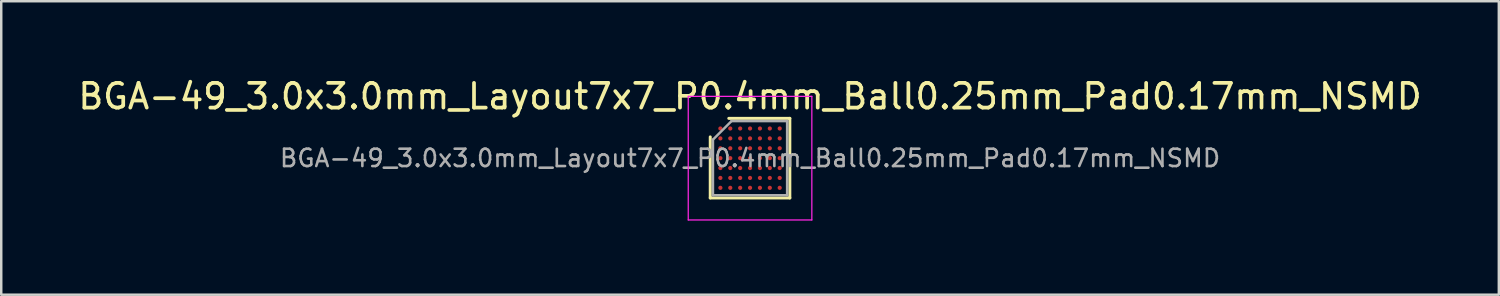
<source format=kicad_pcb>
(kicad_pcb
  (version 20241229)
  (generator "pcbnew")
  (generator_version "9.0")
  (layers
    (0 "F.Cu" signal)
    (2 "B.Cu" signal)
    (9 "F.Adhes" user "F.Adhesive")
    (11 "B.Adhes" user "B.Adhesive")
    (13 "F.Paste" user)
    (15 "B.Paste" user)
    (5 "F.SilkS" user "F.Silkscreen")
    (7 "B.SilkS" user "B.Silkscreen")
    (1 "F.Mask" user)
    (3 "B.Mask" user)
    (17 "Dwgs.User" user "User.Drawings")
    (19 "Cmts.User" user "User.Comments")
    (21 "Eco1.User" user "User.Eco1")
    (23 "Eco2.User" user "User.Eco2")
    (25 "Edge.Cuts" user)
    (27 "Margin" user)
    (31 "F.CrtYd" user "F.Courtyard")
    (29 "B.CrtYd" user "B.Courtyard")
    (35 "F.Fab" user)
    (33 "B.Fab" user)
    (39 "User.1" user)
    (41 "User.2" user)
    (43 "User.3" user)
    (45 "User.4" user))
  (footprint "BGA-49_3.0x3.0mm_Layout7x7_P0.4mm_Ball0.25mm_Pad0.17mm_NSMD"
    (layer "F.Cu")
    (at 27.292 3.348)
    (property "Reference" "BGA-49_3.0x3.0mm_Layout7x7_P0.4mm_Ball0.25mm_Pad0.17mm_NSMD" (at 0 -2.5 0) (layer "F.SilkS") (effects (font (size 1 1) (thickness 0.15))))
    (attr smd)
    (fp_line (start -1.61 1.61) (end -1.61 -0.86) (stroke (width 0.12) (type solid)) (layer "F.SilkS"))
    (fp_line (start -0.86 -1.61) (end 1.61 -1.61) (stroke (width 0.12) (type solid)) (layer "F.SilkS"))
    (fp_line (start 1.61 -1.61) (end 1.61 1.61) (stroke (width 0.12) (type solid)) (layer "F.SilkS"))
    (fp_line (start 1.61 1.61) (end -1.61 1.61) (stroke (width 0.12) (type solid)) (layer "F.SilkS"))
    (fp_line (start -2.5 -2.5) (end -2.5 2.5) (stroke (width 0.05) (type solid)) (layer "F.CrtYd"))
    (fp_line (start -2.5 2.5) (end 2.5 2.5) (stroke (width 0.05) (type solid)) (layer "F.CrtYd"))
    (fp_line (start 2.5 -2.5) (end -2.5 -2.5) (stroke (width 0.05) (type solid)) (layer "F.CrtYd"))
    (fp_line (start 2.5 2.5) (end 2.5 -2.5) (stroke (width 0.05) (type solid)) (layer "F.CrtYd"))
    (fp_line (start -1.5 -0.75) (end -0.75 -1.5) (stroke (width 0.1) (type solid)) (layer "F.Fab"))
    (fp_line (start -1.5 1.5) (end -1.5 -0.75) (stroke (width 0.1) (type solid)) (layer "F.Fab"))
    (fp_line (start -0.75 -1.5) (end 1.5 -1.5) (stroke (width 0.1) (type solid)) (layer "F.Fab"))
    (fp_line (start 1.5 -1.5) (end 1.5 1.5) (stroke (width 0.1) (type solid)) (layer "F.Fab"))
    (fp_line (start 1.5 1.5) (end -1.5 1.5) (stroke (width 0.1) (type solid)) (layer "F.Fab"))
    (fp_text user "${REFERENCE}" (at 0 0 0) (layer "F.Fab") (effects (font (size 0.7 0.7) (thickness 0.105))))
    (pad "A1" smd circle (at -1.2 -1.2) (size 0.17 0.17) (layers "F.Cu" "F.Mask" "F.Paste"))
    (pad "A2" smd circle (at -0.8 -1.2) (size 0.17 0.17) (layers "F.Cu" "F.Mask" "F.Paste"))
    (pad "A3" smd circle (at -0.4 -1.2) (size 0.17 0.17) (layers "F.Cu" "F.Mask" "F.Paste"))
    (pad "A4" smd circle (at 0 -1.2) (size 0.17 0.17) (layers "F.Cu" "F.Mask" "F.Paste"))
    (pad "A5" smd circle (at 0.4 -1.2) (size 0.17 0.17) (layers "F.Cu" "F.Mask" "F.Paste"))
    (pad "A6" smd circle (at 0.8 -1.2) (size 0.17 0.17) (layers "F.Cu" "F.Mask" "F.Paste"))
    (pad "A7" smd circle (at 1.2 -1.2) (size 0.17 0.17) (layers "F.Cu" "F.Mask" "F.Paste"))
    (pad "B1" smd circle (at -1.2 -0.8) (size 0.17 0.17) (layers "F.Cu" "F.Mask" "F.Paste"))
    (pad "B2" smd circle (at -0.8 -0.8) (size 0.17 0.17) (layers "F.Cu" "F.Mask" "F.Paste"))
    (pad "B3" smd circle (at -0.4 -0.8) (size 0.17 0.17) (layers "F.Cu" "F.Mask" "F.Paste"))
    (pad "B4" smd circle (at 0 -0.8) (size 0.17 0.17) (layers "F.Cu" "F.Mask" "F.Paste"))
    (pad "B5" smd circle (at 0.4 -0.8) (size 0.17 0.17) (layers "F.Cu" "F.Mask" "F.Paste"))
    (pad "B6" smd circle (at 0.8 -0.8) (size 0.17 0.17) (layers "F.Cu" "F.Mask" "F.Paste"))
    (pad "B7" smd circle (at 1.2 -0.8) (size 0.17 0.17) (layers "F.Cu" "F.Mask" "F.Paste"))
    (pad "C1" smd circle (at -1.2 -0.4) (size 0.17 0.17) (layers "F.Cu" "F.Mask" "F.Paste"))
    (pad "C2" smd circle (at -0.8 -0.4) (size 0.17 0.17) (layers "F.Cu" "F.Mask" "F.Paste"))
    (pad "C3" smd circle (at -0.4 -0.4) (size 0.17 0.17) (layers "F.Cu" "F.Mask" "F.Paste"))
    (pad "C4" smd circle (at 0 -0.4) (size 0.17 0.17) (layers "F.Cu" "F.Mask" "F.Paste"))
    (pad "C5" smd circle (at 0.4 -0.4) (size 0.17 0.17) (layers "F.Cu" "F.Mask" "F.Paste"))
    (pad "C6" smd circle (at 0.8 -0.4) (size 0.17 0.17) (layers "F.Cu" "F.Mask" "F.Paste"))
    (pad "C7" smd circle (at 1.2 -0.4) (size 0.17 0.17) (layers "F.Cu" "F.Mask" "F.Paste"))
    (pad "D1" smd circle (at -1.2 0) (size 0.17 0.17) (layers "F.Cu" "F.Mask" "F.Paste"))
    (pad "D2" smd circle (at -0.8 0) (size 0.17 0.17) (layers "F.Cu" "F.Mask" "F.Paste"))
    (pad "D3" smd circle (at -0.4 0) (size 0.17 0.17) (layers "F.Cu" "F.Mask" "F.Paste"))
    (pad "D4" smd circle (at 0 0) (size 0.17 0.17) (layers "F.Cu" "F.Mask" "F.Paste"))
    (pad "D5" smd circle (at 0.4 0) (size 0.17 0.17) (layers "F.Cu" "F.Mask" "F.Paste"))
    (pad "D6" smd circle (at 0.8 0) (size 0.17 0.17) (layers "F.Cu" "F.Mask" "F.Paste"))
    (pad "D7" smd circle (at 1.2 0) (size 0.17 0.17) (layers "F.Cu" "F.Mask" "F.Paste"))
    (pad "E1" smd circle (at -1.2 0.4) (size 0.17 0.17) (layers "F.Cu" "F.Mask" "F.Paste"))
    (pad "E2" smd circle (at -0.8 0.4) (size 0.17 0.17) (layers "F.Cu" "F.Mask" "F.Paste"))
    (pad "E3" smd circle (at -0.4 0.4) (size 0.17 0.17) (layers "F.Cu" "F.Mask" "F.Paste"))
    (pad "E4" smd circle (at 0 0.4) (size 0.17 0.17) (layers "F.Cu" "F.Mask" "F.Paste"))
    (pad "E5" smd circle (at 0.4 0.4) (size 0.17 0.17) (layers "F.Cu" "F.Mask" "F.Paste"))
    (pad "E6" smd circle (at 0.8 0.4) (size 0.17 0.17) (layers "F.Cu" "F.Mask" "F.Paste"))
    (pad "E7" smd circle (at 1.2 0.4) (size 0.17 0.17) (layers "F.Cu" "F.Mask" "F.Paste"))
    (pad "F1" smd circle (at -1.2 0.8) (size 0.17 0.17) (layers "F.Cu" "F.Mask" "F.Paste"))
    (pad "F2" smd circle (at -0.8 0.8) (size 0.17 0.17) (layers "F.Cu" "F.Mask" "F.Paste"))
    (pad "F3" smd circle (at -0.4 0.8) (size 0.17 0.17) (layers "F.Cu" "F.Mask" "F.Paste"))
    (pad "F4" smd circle (at 0 0.8) (size 0.17 0.17) (layers "F.Cu" "F.Mask" "F.Paste"))
    (pad "F5" smd circle (at 0.4 0.8) (size 0.17 0.17) (layers "F.Cu" "F.Mask" "F.Paste"))
    (pad "F6" smd circle (at 0.8 0.8) (size 0.17 0.17) (layers "F.Cu" "F.Mask" "F.Paste"))
    (pad "F7" smd circle (at 1.2 0.8) (size 0.17 0.17) (layers "F.Cu" "F.Mask" "F.Paste"))
    (pad "G1" smd circle (at -1.2 1.2) (size 0.17 0.17) (layers "F.Cu" "F.Mask" "F.Paste"))
    (pad "G2" smd circle (at -0.8 1.2) (size 0.17 0.17) (layers "F.Cu" "F.Mask" "F.Paste"))
    (pad "G3" smd circle (at -0.4 1.2) (size 0.17 0.17) (layers "F.Cu" "F.Mask" "F.Paste"))
    (pad "G4" smd circle (at 0 1.2) (size 0.17 0.17) (layers "F.Cu" "F.Mask" "F.Paste"))
    (pad "G5" smd circle (at 0.4 1.2) (size 0.17 0.17) (layers "F.Cu" "F.Mask" "F.Paste"))
    (pad "G6" smd circle (at 0.8 1.2) (size 0.17 0.17) (layers "F.Cu" "F.Mask" "F.Paste"))
    (pad "G7" smd circle (at 1.2 1.2) (size 0.17 0.17) (layers "F.Cu" "F.Mask" "F.Paste")))
  (gr_rect
    (start -3 -3)
    (end 57.583 8.873)
    (stroke (width 0.1) (type default))
    (fill no)
    (layer "Edge.Cuts")))
</source>
